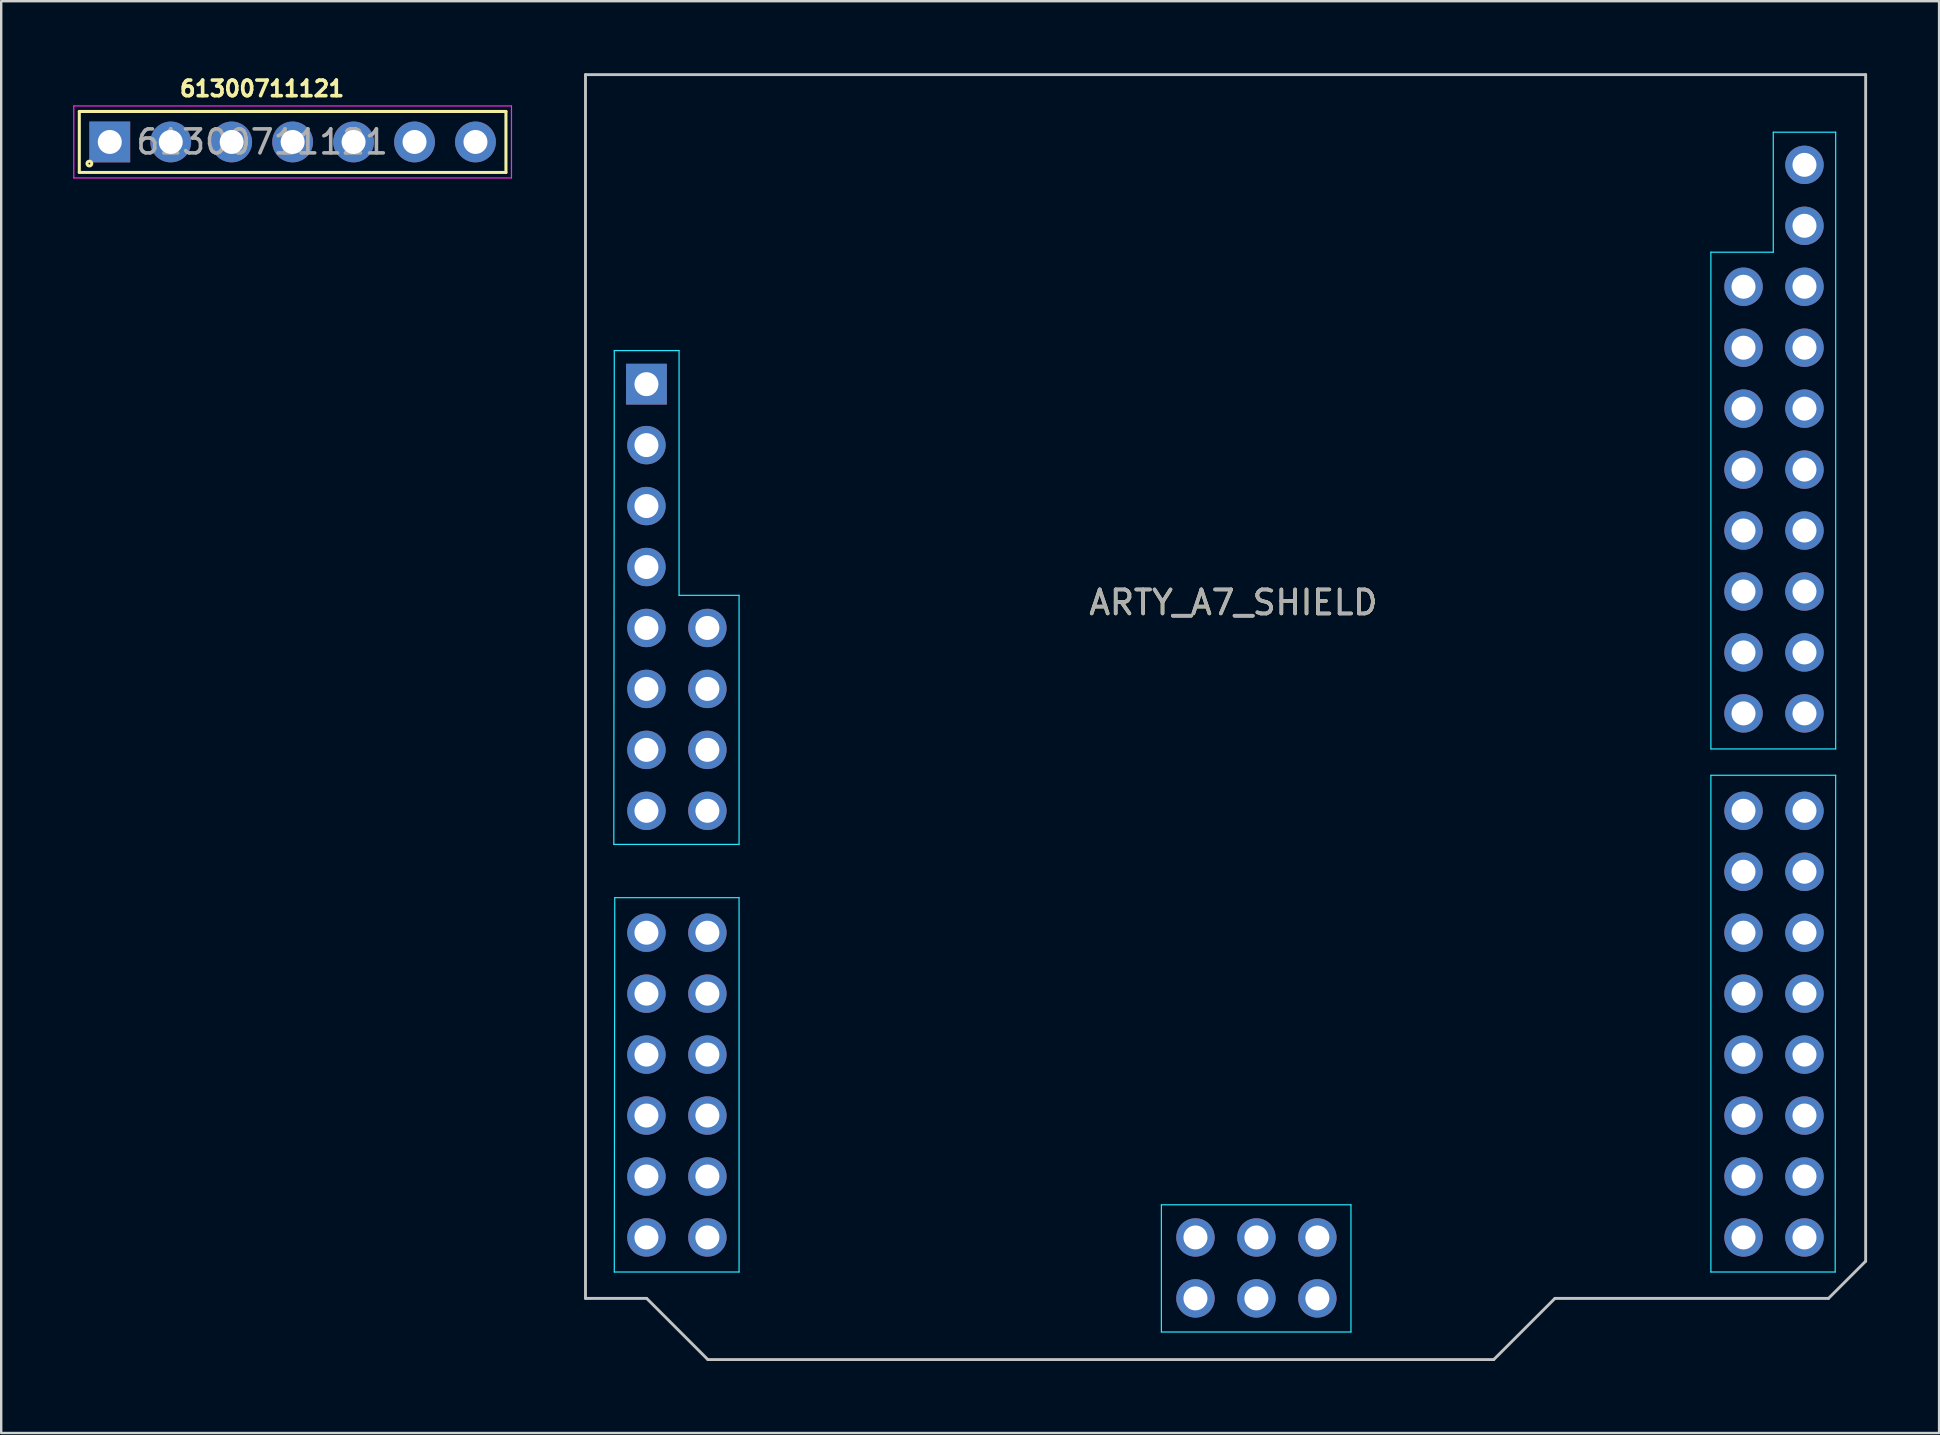
<source format=kicad_pcb>
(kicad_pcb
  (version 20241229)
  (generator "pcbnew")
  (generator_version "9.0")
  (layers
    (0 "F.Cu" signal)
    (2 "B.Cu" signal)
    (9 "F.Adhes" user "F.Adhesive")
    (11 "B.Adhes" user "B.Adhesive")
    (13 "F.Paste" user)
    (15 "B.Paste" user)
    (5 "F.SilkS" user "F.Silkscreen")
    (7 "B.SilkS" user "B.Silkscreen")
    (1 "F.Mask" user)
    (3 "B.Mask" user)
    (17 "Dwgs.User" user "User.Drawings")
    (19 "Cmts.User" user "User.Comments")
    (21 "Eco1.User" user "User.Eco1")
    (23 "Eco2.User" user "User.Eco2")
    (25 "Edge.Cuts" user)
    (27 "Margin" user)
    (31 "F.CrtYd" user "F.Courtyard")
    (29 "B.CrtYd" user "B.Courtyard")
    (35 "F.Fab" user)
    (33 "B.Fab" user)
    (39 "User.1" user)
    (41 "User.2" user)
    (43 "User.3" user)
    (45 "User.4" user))
  (footprint "61300711121"
    (layer "F.Cu")
    (at 7.875 2.866)
    (property "Reference" "61300711121" (at -0.005 -2.222 0) (layer "F.SilkS") (effects (font (size 0.65 0.65) (thickness 0.15))))
    (attr through_hole)
    (fp_line (start -7.62 -1.27) (end -7.62 1.27) (stroke (width 0.127) (type solid)) (layer "F.SilkS"))
    (fp_line (start -7.62 1.27) (end 10.16 1.27) (stroke (width 0.127) (type solid)) (layer "F.SilkS"))
    (fp_line (start 10.16 -1.27) (end -7.62 -1.27) (stroke (width 0.127) (type solid)) (layer "F.SilkS"))
    (fp_line (start 10.16 1.27) (end 10.16 -1.27) (stroke (width 0.127) (type solid)) (layer "F.SilkS"))
    (fp_circle (center -7.2 0.9) (end -7.1 0.9) (stroke (width 0.127) (type solid)) (fill no) (layer "F.SilkS"))
    (fp_line (start -7.85 -1.5) (end 10.39 -1.5) (stroke (width 0.05) (type solid)) (layer "F.CrtYd"))
    (fp_line (start -7.85 1.5) (end -7.85 -1.5) (stroke (width 0.05) (type solid)) (layer "F.CrtYd"))
    (fp_line (start 10.39 -1.5) (end 10.39 1.5) (stroke (width 0.05) (type solid)) (layer "F.CrtYd"))
    (fp_line (start 10.39 1.5) (end -7.85 1.5) (stroke (width 0.05) (type solid)) (layer "F.CrtYd"))
    (fp_text user "${REFERENCE}" (at 0 0 0) (layer "F.Fab") (effects (font (size 1 1) (thickness 0.15))))
    (pad "1" thru_hole rect (at -6.35 0) (size 1.7 1.7) (drill 1) (layers "*.Cu" "*.Mask"))
    (pad "2" thru_hole circle (at -3.81 0) (size 1.7 1.7) (drill 1) (layers "*.Cu" "*.Mask"))
    (pad "3" thru_hole circle (at -1.27 0) (size 1.7 1.7) (drill 1) (layers "*.Cu" "*.Mask"))
    (pad "4" thru_hole circle (at 1.27 0) (size 1.7 1.7) (drill 1) (layers "*.Cu" "*.Mask"))
    (pad "5" thru_hole circle (at 3.81 0) (size 1.7 1.7) (drill 1) (layers "*.Cu" "*.Mask"))
    (pad "6" thru_hole circle (at 6.35 0) (size 1.7 1.7) (drill 1) (layers "*.Cu" "*.Mask"))
    (pad "7" thru_hole circle (at 8.89 0) (size 1.7 1.7) (drill 1) (layers "*.Cu" "*.Mask")))
  (footprint "ARTY_A7_SHIELD"
    (layer "F.Cu")
    (at 48.35 26.06)
    (property "Reference" "ARTY_A7_SHIELD" (at 0 -4 0) (layer "F.SilkS") (effects (font (size 1 1) (thickness 0.15))))
    (attr through_hole)
    (fp_line (start -27 -26) (end -27 25) (stroke (width 0.12) (type solid)) (layer "Dwgs.User"))
    (fp_line (start -27 25) (end -24.45 25) (stroke (width 0.12) (type solid)) (layer "Dwgs.User"))
    (fp_line (start -24.45 25) (end -21.9 27.55) (stroke (width 0.12) (type solid)) (layer "Dwgs.User"))
    (fp_line (start -21.9 27.55) (end 10.85 27.55) (stroke (width 0.12) (type solid)) (layer "Dwgs.User"))
    (fp_line (start 10.85 27.55) (end 13.4 25) (stroke (width 0.12) (type solid)) (layer "Dwgs.User"))
    (fp_line (start 13.4 25) (end 24.8 25) (stroke (width 0.12) (type solid)) (layer "Dwgs.User"))
    (fp_line (start 24.8 25) (end 26.35 23.45) (stroke (width 0.12) (type solid)) (layer "Dwgs.User"))
    (fp_line (start 26.35 -26) (end -27 -26) (stroke (width 0.12) (type solid)) (layer "Dwgs.User"))
    (fp_line (start 26.35 23.45) (end 26.35 -26) (stroke (width 0.12) (type solid)) (layer "Dwgs.User"))
    (fp_line (start -25.82 6.08) (end -25.8 -14.5) (stroke (width 0.05) (type solid)) (layer "B.CrtYd"))
    (fp_line (start -25.8 -14.5) (end -23.1 -14.5) (stroke (width 0.05) (type solid)) (layer "B.CrtYd"))
    (fp_line (start -25.8 23.9) (end -25.78 8.3) (stroke (width 0.05) (type solid)) (layer "B.CrtYd"))
    (fp_line (start -25.78 8.3) (end -20.6 8.3) (stroke (width 0.05) (type solid)) (layer "B.CrtYd"))
    (fp_line (start -23.1 -14.5) (end -23.1 -4.3) (stroke (width 0.05) (type solid)) (layer "B.CrtYd"))
    (fp_line (start -23.1 -4.3) (end -20.6 -4.3) (stroke (width 0.05) (type solid)) (layer "B.CrtYd"))
    (fp_line (start -20.6 -4.3) (end -20.6 6.08) (stroke (width 0.05) (type solid)) (layer "B.CrtYd"))
    (fp_line (start -20.6 6.08) (end -25.82 6.08) (stroke (width 0.05) (type solid)) (layer "B.CrtYd"))
    (fp_line (start -20.6 8.3) (end -20.6 23.9) (stroke (width 0.05) (type solid)) (layer "B.CrtYd"))
    (fp_line (start -20.6 23.9) (end -25.8 23.9) (stroke (width 0.05) (type solid)) (layer "B.CrtYd"))
    (fp_line (start -3 21.1) (end 4.9 21.1) (stroke (width 0.05) (type solid)) (layer "B.CrtYd"))
    (fp_line (start -3 26.4) (end -3 21.1) (stroke (width 0.05) (type solid)) (layer "B.CrtYd"))
    (fp_line (start 4.9 21.1) (end 4.9 26.4) (stroke (width 0.05) (type solid)) (layer "B.CrtYd"))
    (fp_line (start 4.9 26.4) (end -3 26.4) (stroke (width 0.05) (type solid)) (layer "B.CrtYd"))
    (fp_line (start 19.9 -18.6) (end 22.5 -18.6) (stroke (width 0.05) (type solid)) (layer "B.CrtYd"))
    (fp_line (start 19.9 2.1) (end 19.9 -18.6) (stroke (width 0.05) (type solid)) (layer "B.CrtYd"))
    (fp_line (start 19.9 3.2) (end 25.1 3.2) (stroke (width 0.05) (type solid)) (layer "B.CrtYd"))
    (fp_line (start 19.9 23.9) (end 19.9 3.2) (stroke (width 0.05) (type solid)) (layer "B.CrtYd"))
    (fp_line (start 22.5 -23.6) (end 25.1 -23.6) (stroke (width 0.05) (type solid)) (layer "B.CrtYd"))
    (fp_line (start 22.5 -18.6) (end 22.5 -23.6) (stroke (width 0.05) (type solid)) (layer "B.CrtYd"))
    (fp_line (start 25.08 23.9) (end 19.9 23.9) (stroke (width 0.05) (type solid)) (layer "B.CrtYd"))
    (fp_line (start 25.1 -23.6) (end 25.1 2.1) (stroke (width 0.05) (type solid)) (layer "B.CrtYd"))
    (fp_line (start 25.1 2.1) (end 19.9 2.1) (stroke (width 0.05) (type solid)) (layer "B.CrtYd"))
    (fp_line (start 25.1 3.2) (end 25.08 23.9) (stroke (width 0.05) (type solid)) (layer "B.CrtYd"))
    (fp_text user "${REFERENCE}" (at 0 -4 0) (layer "F.Fab") (effects (font (size 1 1) (thickness 0.15))))
    (pad "1" thru_hole rect (at -24.46 -13.1) (size 1.7 1.7) (drill 1) (layers "*.Cu" "*.Mask"))
    (pad "2" thru_hole oval (at -24.46 -10.56) (size 1.6 1.6) (drill 1) (layers "*.Cu" "*.Mask"))
    (pad "3" thru_hole oval (at -24.46 -8.02) (size 1.6 1.6) (drill 1) (layers "*.Cu" "*.Mask"))
    (pad "4" thru_hole oval (at -24.46 -5.48) (size 1.6 1.6) (drill 1) (layers "*.Cu" "*.Mask"))
    (pad "5" thru_hole oval (at -24.46 -2.94) (size 1.6 1.6) (drill 1) (layers "*.Cu" "*.Mask"))
    (pad "6" thru_hole oval (at -24.46 -0.4) (size 1.6 1.6) (drill 1) (layers "*.Cu" "*.Mask"))
    (pad "7" thru_hole oval (at -24.46 2.14) (size 1.6 1.6) (drill 1) (layers "*.Cu" "*.Mask"))
    (pad "8" thru_hole oval (at -24.46 4.68) (size 1.6 1.6) (drill 1) (layers "*.Cu" "*.Mask"))
    (pad "9" thru_hole oval (at -24.46 9.76) (size 1.6 1.6) (drill 1) (layers "*.Cu" "*.Mask"))
    (pad "10" thru_hole oval (at -24.46 12.3) (size 1.6 1.6) (drill 1) (layers "*.Cu" "*.Mask"))
    (pad "11" thru_hole oval (at -24.46 14.84) (size 1.6 1.6) (drill 1) (layers "*.Cu" "*.Mask"))
    (pad "12" thru_hole oval (at -24.46 17.38) (size 1.6 1.6) (drill 1) (layers "*.Cu" "*.Mask"))
    (pad "13" thru_hole oval (at -24.46 19.92) (size 1.6 1.6) (drill 1) (layers "*.Cu" "*.Mask"))
    (pad "14" thru_hole oval (at -24.46 22.46) (size 1.6 1.6) (drill 1) (layers "*.Cu" "*.Mask"))
    (pad "15" thru_hole oval (at -21.92 -2.94) (size 1.6 1.6) (drill 1) (layers "*.Cu" "*.Mask"))
    (pad "16" thru_hole oval (at -21.92 -0.4) (size 1.6 1.6) (drill 1) (layers "*.Cu" "*.Mask"))
    (pad "17" thru_hole oval (at -21.92 2.14) (size 1.6 1.6) (drill 1) (layers "*.Cu" "*.Mask"))
    (pad "18" thru_hole oval (at -21.92 4.68) (size 1.6 1.6) (drill 1) (layers "*.Cu" "*.Mask"))
    (pad "19" thru_hole oval (at -21.92 9.76) (size 1.6 1.6) (drill 1) (layers "*.Cu" "*.Mask"))
    (pad "20" thru_hole oval (at -21.92 12.3) (size 1.6 1.6) (drill 1) (layers "*.Cu" "*.Mask"))
    (pad "21" thru_hole oval (at -21.92 14.84) (size 1.6 1.6) (drill 1) (layers "*.Cu" "*.Mask"))
    (pad "22" thru_hole oval (at -21.92 17.38) (size 1.6 1.6) (drill 1) (layers "*.Cu" "*.Mask"))
    (pad "23" thru_hole oval (at -21.92 19.92) (size 1.6 1.6) (drill 1) (layers "*.Cu" "*.Mask"))
    (pad "24" thru_hole oval (at -21.92 22.46) (size 1.6 1.6) (drill 1) (layers "*.Cu" "*.Mask"))
    (pad "25" thru_hole oval (at -1.58 22.46 90) (size 1.6 1.6) (drill 1) (layers "*.Cu" "*.Mask"))
    (pad "26" thru_hole oval (at -1.58 25 90) (size 1.6 1.6) (drill 1) (layers "*.Cu" "*.Mask"))
    (pad "27" thru_hole oval (at 0.96 22.46 90) (size 1.6 1.6) (drill 1) (layers "*.Cu" "*.Mask"))
    (pad "28" thru_hole oval (at 0.96 25 90) (size 1.6 1.6) (drill 1) (layers "*.Cu" "*.Mask"))
    (pad "29" thru_hole oval (at 3.5 22.46 90) (size 1.6 1.6) (drill 1) (layers "*.Cu" "*.Mask"))
    (pad "30" thru_hole oval (at 3.5 25 90) (size 1.6 1.6) (drill 1) (layers "*.Cu" "*.Mask"))
    (pad "31" thru_hole oval (at 21.26 -17.16) (size 1.6 1.6) (drill 1) (layers "*.Cu" "*.Mask"))
    (pad "32" thru_hole oval (at 21.26 -14.62) (size 1.6 1.6) (drill 1) (layers "*.Cu" "*.Mask"))
    (pad "33" thru_hole oval (at 21.26 -12.08) (size 1.6 1.6) (drill 1) (layers "*.Cu" "*.Mask"))
    (pad "34" thru_hole oval (at 21.26 -9.54) (size 1.6 1.6) (drill 1) (layers "*.Cu" "*.Mask"))
    (pad "35" thru_hole oval (at 21.26 -7) (size 1.6 1.6) (drill 1) (layers "*.Cu" "*.Mask"))
    (pad "36" thru_hole oval (at 21.26 -4.46) (size 1.6 1.6) (drill 1) (layers "*.Cu" "*.Mask"))
    (pad "37" thru_hole oval (at 21.26 -1.92) (size 1.6 1.6) (drill 1) (layers "*.Cu" "*.Mask"))
    (pad "38" thru_hole oval (at 21.26 0.62) (size 1.6 1.6) (drill 1) (layers "*.Cu" "*.Mask"))
    (pad "39" thru_hole oval (at 21.26 4.68) (size 1.6 1.6) (drill 1) (layers "*.Cu" "*.Mask"))
    (pad "40" thru_hole oval (at 21.26 7.22) (size 1.6 1.6) (drill 1) (layers "*.Cu" "*.Mask"))
    (pad "41" thru_hole oval (at 21.26 9.76) (size 1.6 1.6) (drill 1) (layers "*.Cu" "*.Mask"))
    (pad "42" thru_hole oval (at 21.26 12.3) (size 1.6 1.6) (drill 1) (layers "*.Cu" "*.Mask"))
    (pad "43" thru_hole oval (at 21.26 14.84) (size 1.6 1.6) (drill 1) (layers "*.Cu" "*.Mask"))
    (pad "44" thru_hole oval (at 21.26 17.38) (size 1.6 1.6) (drill 1) (layers "*.Cu" "*.Mask"))
    (pad "45" thru_hole oval (at 21.26 19.92) (size 1.6 1.6) (drill 1) (layers "*.Cu" "*.Mask"))
    (pad "46" thru_hole oval (at 21.26 22.46) (size 1.6 1.6) (drill 1) (layers "*.Cu" "*.Mask"))
    (pad "47" thru_hole oval (at 23.8 -22.24) (size 1.6 1.6) (drill 1) (layers "*.Cu" "*.Mask"))
    (pad "48" thru_hole oval (at 23.8 -19.7) (size 1.6 1.6) (drill 1) (layers "*.Cu" "*.Mask"))
    (pad "49" thru_hole oval (at 23.8 -17.16) (size 1.6 1.6) (drill 1) (layers "*.Cu" "*.Mask"))
    (pad "50" thru_hole oval (at 23.8 -14.62) (size 1.6 1.6) (drill 1) (layers "*.Cu" "*.Mask"))
    (pad "51" thru_hole oval (at 23.8 -12.08) (size 1.6 1.6) (drill 1) (layers "*.Cu" "*.Mask"))
    (pad "52" thru_hole oval (at 23.8 -9.54) (size 1.6 1.6) (drill 1) (layers "*.Cu" "*.Mask"))
    (pad "53" thru_hole oval (at 23.8 -7) (size 1.6 1.6) (drill 1) (layers "*.Cu" "*.Mask"))
    (pad "54" thru_hole oval (at 23.8 -4.46) (size 1.6 1.6) (drill 1) (layers "*.Cu" "*.Mask"))
    (pad "55" thru_hole oval (at 23.8 -1.92) (size 1.6 1.6) (drill 1) (layers "*.Cu" "*.Mask"))
    (pad "56" thru_hole oval (at 23.8 0.62) (size 1.6 1.6) (drill 1) (layers "*.Cu" "*.Mask"))
    (pad "57" thru_hole oval (at 23.8 4.68) (size 1.6 1.6) (drill 1) (layers "*.Cu" "*.Mask"))
    (pad "58" thru_hole oval (at 23.8 7.22) (size 1.6 1.6) (drill 1) (layers "*.Cu" "*.Mask"))
    (pad "59" thru_hole oval (at 23.8 9.76) (size 1.6 1.6) (drill 1) (layers "*.Cu" "*.Mask"))
    (pad "60" thru_hole oval (at 23.8 12.3) (size 1.6 1.6) (drill 1) (layers "*.Cu" "*.Mask"))
    (pad "61" thru_hole oval (at 23.8 14.84) (size 1.6 1.6) (drill 1) (layers "*.Cu" "*.Mask"))
    (pad "62" thru_hole oval (at 23.8 17.38) (size 1.6 1.6) (drill 1) (layers "*.Cu" "*.Mask"))
    (pad "63" thru_hole oval (at 23.8 19.92) (size 1.6 1.6) (drill 1) (layers "*.Cu" "*.Mask"))
    (pad "64" thru_hole oval (at 23.8 22.46) (size 1.6 1.6) (drill 1) (layers "*.Cu" "*.Mask")))
  (gr_rect
    (start -3 -3)
    (end 77.76 56.67)
    (stroke (width 0.1) (type default))
    (fill no)
    (layer "Edge.Cuts")))
</source>
